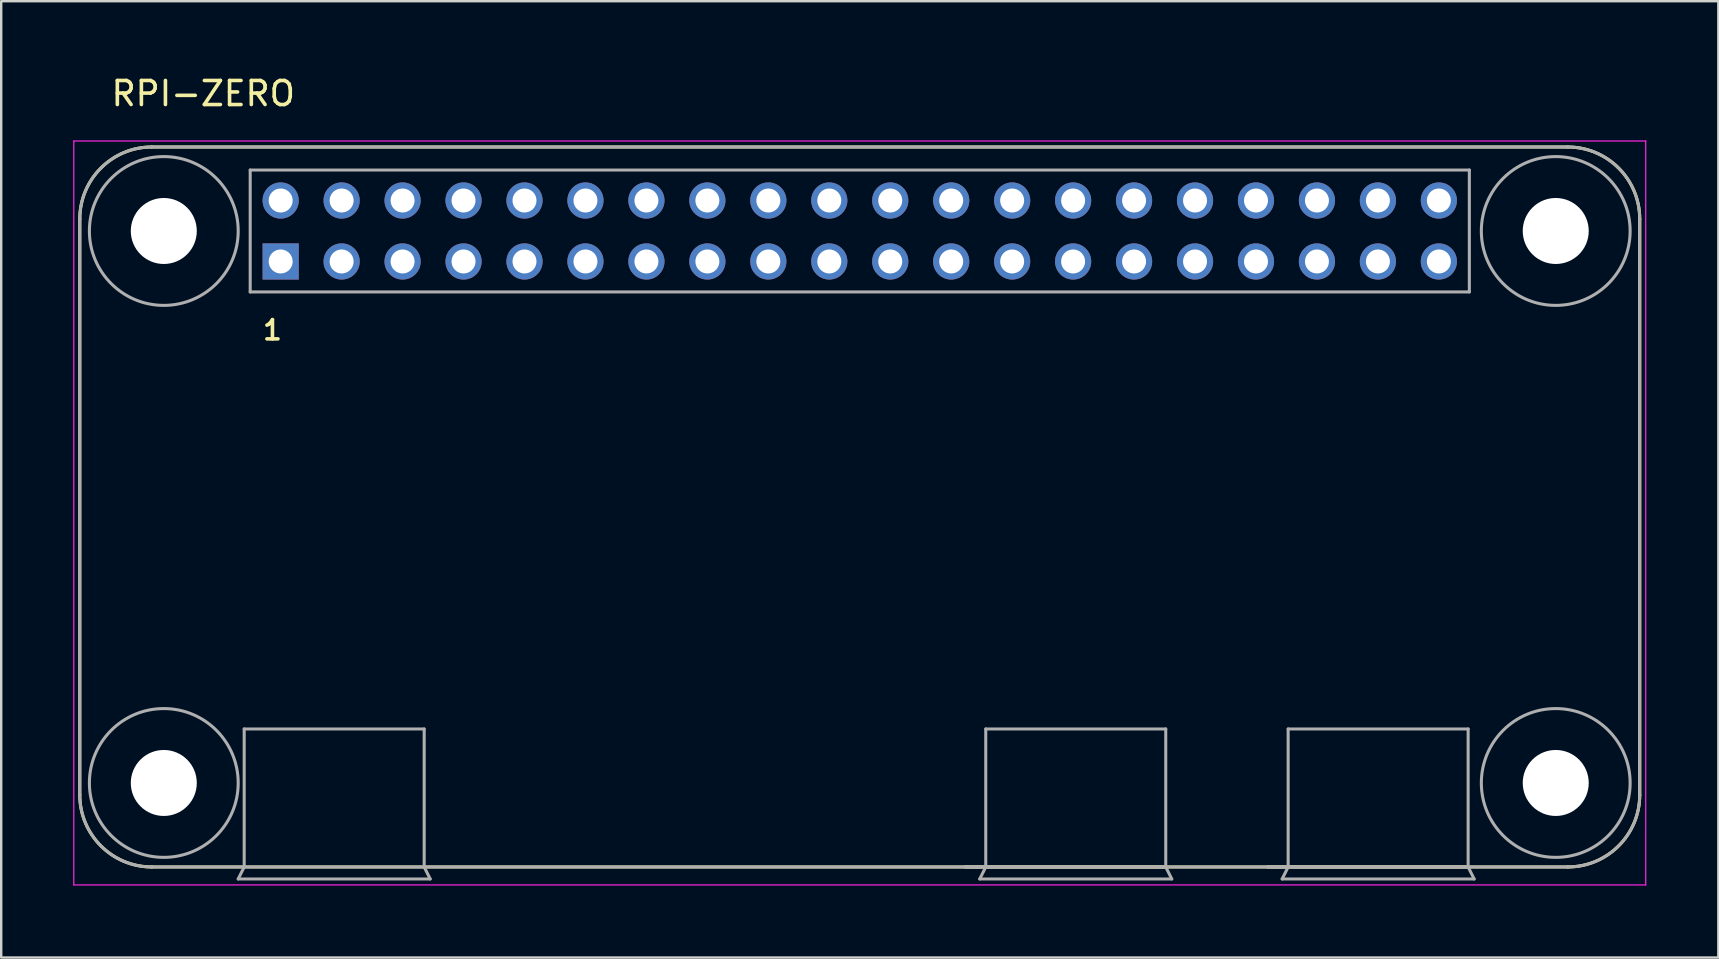
<source format=kicad_pcb>
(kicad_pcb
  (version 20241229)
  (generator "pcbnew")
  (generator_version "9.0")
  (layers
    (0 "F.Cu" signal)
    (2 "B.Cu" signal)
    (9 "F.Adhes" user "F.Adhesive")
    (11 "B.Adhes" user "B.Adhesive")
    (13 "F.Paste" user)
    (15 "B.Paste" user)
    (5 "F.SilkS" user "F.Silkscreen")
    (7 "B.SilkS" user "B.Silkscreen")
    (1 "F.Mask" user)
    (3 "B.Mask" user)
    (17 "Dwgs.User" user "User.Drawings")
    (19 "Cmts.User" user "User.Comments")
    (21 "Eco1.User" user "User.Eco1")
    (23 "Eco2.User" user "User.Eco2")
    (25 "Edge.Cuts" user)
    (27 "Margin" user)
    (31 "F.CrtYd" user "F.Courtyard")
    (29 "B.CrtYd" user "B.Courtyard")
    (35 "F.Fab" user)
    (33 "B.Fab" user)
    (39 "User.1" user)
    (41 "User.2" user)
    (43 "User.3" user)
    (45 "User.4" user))
  (footprint "RPI-ZERO"
    (layer "F.Cu")
    (at 32.775 6.575)
    (property "Reference" "RPI-ZERO" (at -27.357 -5.726 0) (layer "F.SilkS") (effects (font (size 1.002 1.002) (thickness 0.15))))
    (attr through_hole)
    (fp_line (start -32.5 -0.5) (end -32.5 23.5) (stroke (width 0.127) (type solid)) (layer "F.SilkS"))
    (fp_line (start -29.5 26.5) (end 29.5 26.5) (stroke (width 0.127) (type solid)) (layer "F.SilkS"))
    (fp_line (start 4.4 26.5) (end 12.75 26.5) (stroke (width 0.127) (type solid)) (layer "F.SilkS"))
    (fp_line (start 17 26.5) (end 25.35 26.5) (stroke (width 0.127) (type solid)) (layer "F.SilkS"))
    (fp_line (start 29.5 -3.5) (end -29.5 -3.5) (stroke (width 0.127) (type solid)) (layer "F.SilkS"))
    (fp_line (start 32.5 23.5) (end 32.5 -0.5) (stroke (width 0.127) (type solid)) (layer "F.SilkS"))
    (fp_arc (start -32.5 -0.5) (mid -31.62132 -2.62132) (end -29.5 -3.5) (stroke (width 0.127) (type solid)) (layer "F.SilkS"))
    (fp_arc (start -29.5 26.5) (mid -31.62132 25.62132) (end -32.5 23.5) (stroke (width 0.127) (type solid)) (layer "F.SilkS"))
    (fp_arc (start 29.5 -3.5) (mid 31.62132 -2.62132) (end 32.5 -0.5) (stroke (width 0.127) (type solid)) (layer "F.SilkS"))
    (fp_arc (start 32.5 23.5) (mid 31.62132 25.62132) (end 29.5 26.5) (stroke (width 0.127) (type solid)) (layer "F.SilkS"))
    (fp_line (start -32.75 -3.75) (end 32.75 -3.75) (stroke (width 0.05) (type solid)) (layer "F.CrtYd"))
    (fp_line (start -32.75 27.25) (end -32.75 -3.75) (stroke (width 0.05) (type solid)) (layer "F.CrtYd"))
    (fp_line (start 32.75 -3.75) (end 32.75 27.25) (stroke (width 0.05) (type solid)) (layer "F.CrtYd"))
    (fp_line (start 32.75 27.25) (end -32.75 27.25) (stroke (width 0.05) (type solid)) (layer "F.CrtYd"))
    (fp_line (start -32.5 -0.5) (end -32.5 23.5) (stroke (width 0.127) (type solid)) (layer "F.Fab"))
    (fp_line (start -29.5 26.5) (end -25.65 26.5) (stroke (width 0.127) (type solid)) (layer "F.Fab"))
    (fp_line (start -25.9 27) (end -17.9 27) (stroke (width 0.127) (type solid)) (layer "F.Fab"))
    (fp_line (start -25.65 20.75) (end -18.15 20.75) (stroke (width 0.127) (type solid)) (layer "F.Fab"))
    (fp_line (start -25.65 26.5) (end -25.9 27) (stroke (width 0.127) (type solid)) (layer "F.Fab"))
    (fp_line (start -25.65 26.5) (end -25.65 20.75) (stroke (width 0.127) (type solid)) (layer "F.Fab"))
    (fp_line (start -25.65 26.5) (end -18.15 26.5) (stroke (width 0.127) (type solid)) (layer "F.Fab"))
    (fp_line (start -25.4 -2.54) (end -25.4 2.54) (stroke (width 0.127) (type solid)) (layer "F.Fab"))
    (fp_line (start -25.4 2.54) (end 25.4 2.54) (stroke (width 0.127) (type solid)) (layer "F.Fab"))
    (fp_line (start -18.15 20.75) (end -18.15 26.5) (stroke (width 0.127) (type solid)) (layer "F.Fab"))
    (fp_line (start -18.15 26.5) (end 29.5 26.5) (stroke (width 0.127) (type solid)) (layer "F.Fab"))
    (fp_line (start -17.9 27) (end -18.15 26.5) (stroke (width 0.127) (type solid)) (layer "F.Fab"))
    (fp_line (start 4.4 26.5) (end 5.25 26.5) (stroke (width 0.127) (type solid)) (layer "F.Fab"))
    (fp_line (start 5 27) (end 13 27) (stroke (width 0.127) (type solid)) (layer "F.Fab"))
    (fp_line (start 5.25 20.75) (end 12.75 20.75) (stroke (width 0.127) (type solid)) (layer "F.Fab"))
    (fp_line (start 5.25 26.5) (end 5 27) (stroke (width 0.127) (type solid)) (layer "F.Fab"))
    (fp_line (start 5.25 26.5) (end 5.25 20.75) (stroke (width 0.127) (type solid)) (layer "F.Fab"))
    (fp_line (start 5.25 26.5) (end 12.75 26.5) (stroke (width 0.127) (type solid)) (layer "F.Fab"))
    (fp_line (start 12.75 20.75) (end 12.75 26.5) (stroke (width 0.127) (type solid)) (layer "F.Fab"))
    (fp_line (start 13 27) (end 12.75 26.5) (stroke (width 0.127) (type solid)) (layer "F.Fab"))
    (fp_line (start 17 26.5) (end 17.85 26.5) (stroke (width 0.127) (type solid)) (layer "F.Fab"))
    (fp_line (start 17.6 27) (end 25.6 27) (stroke (width 0.127) (type solid)) (layer "F.Fab"))
    (fp_line (start 17.85 20.75) (end 25.35 20.75) (stroke (width 0.127) (type solid)) (layer "F.Fab"))
    (fp_line (start 17.85 26.5) (end 17.6 27) (stroke (width 0.127) (type solid)) (layer "F.Fab"))
    (fp_line (start 17.85 26.5) (end 17.85 20.75) (stroke (width 0.127) (type solid)) (layer "F.Fab"))
    (fp_line (start 17.85 26.5) (end 25.35 26.5) (stroke (width 0.127) (type solid)) (layer "F.Fab"))
    (fp_line (start 25.35 20.75) (end 25.35 26.5) (stroke (width 0.127) (type solid)) (layer "F.Fab"))
    (fp_line (start 25.4 -2.54) (end -25.4 -2.54) (stroke (width 0.127) (type solid)) (layer "F.Fab"))
    (fp_line (start 25.4 2.54) (end 25.4 -2.54) (stroke (width 0.127) (type solid)) (layer "F.Fab"))
    (fp_line (start 25.6 27) (end 25.35 26.5) (stroke (width 0.127) (type solid)) (layer "F.Fab"))
    (fp_line (start 29.5 -3.5) (end -29.5 -3.5) (stroke (width 0.127) (type solid)) (layer "F.Fab"))
    (fp_line (start 32.5 23.5) (end 32.5 -0.5) (stroke (width 0.127) (type solid)) (layer "F.Fab"))
    (fp_arc (start -32.5 -0.5) (mid -31.62132 -2.62132) (end -29.5 -3.5) (stroke (width 0.127) (type solid)) (layer "F.Fab"))
    (fp_arc (start -29.5 26.5) (mid -31.62132 25.62132) (end -32.5 23.5) (stroke (width 0.127) (type solid)) (layer "F.Fab"))
    (fp_arc (start 29.5 -3.5) (mid 31.62132 -2.62132) (end 32.5 -0.5) (stroke (width 0.127) (type solid)) (layer "F.Fab"))
    (fp_arc (start 32.5 23.5) (mid 31.62132 25.62132) (end 29.5 26.5) (stroke (width 0.127) (type solid)) (layer "F.Fab"))
    (fp_circle (center -29 0) (end -25.9 0) (stroke (width 0.127) (type solid)) (fill no) (layer "F.Fab"))
    (fp_circle (center -29 23) (end -25.9 23) (stroke (width 0.127) (type solid)) (fill no) (layer "F.Fab"))
    (fp_circle (center 29 0) (end 32.1 0) (stroke (width 0.127) (type solid)) (fill no) (layer "F.Fab"))
    (fp_circle (center 29 23) (end 32.1 23) (stroke (width 0.127) (type solid)) (fill no) (layer "F.Fab"))
    (fp_text user "1" (at -24.473 4.132 0) (layer "F.SilkS") (effects (font (size 0.801 0.801) (thickness 0.15))))
    (pad "" np_thru_hole circle (at -29 0) (size 2.75 2.75) (drill 2.75) (layers "*.Cu" "*.Mask"))
    (pad "" np_thru_hole circle (at -29 23) (size 2.75 2.75) (drill 2.75) (layers "*.Cu" "*.Mask"))
    (pad "" np_thru_hole circle (at 29 0) (size 2.75 2.75) (drill 2.75) (layers "*.Cu" "*.Mask"))
    (pad "" np_thru_hole circle (at 29 23) (size 2.75 2.75) (drill 2.75) (layers "*.Cu" "*.Mask"))
    (pad "1" thru_hole rect (at -24.13 1.27) (size 1.508 1.508) (drill 1) (layers "*.Cu" "*.Mask"))
    (pad "2" thru_hole circle (at -24.13 -1.27) (size 1.508 1.508) (drill 1) (layers "*.Cu" "*.Mask"))
    (pad "3" thru_hole circle (at -21.59 1.27) (size 1.508 1.508) (drill 1) (layers "*.Cu" "*.Mask"))
    (pad "4" thru_hole circle (at -21.59 -1.27) (size 1.508 1.508) (drill 1) (layers "*.Cu" "*.Mask"))
    (pad "5" thru_hole circle (at -19.05 1.27) (size 1.508 1.508) (drill 1) (layers "*.Cu" "*.Mask"))
    (pad "6" thru_hole circle (at -19.05 -1.27) (size 1.508 1.508) (drill 1) (layers "*.Cu" "*.Mask"))
    (pad "7" thru_hole circle (at -16.51 1.27) (size 1.508 1.508) (drill 1) (layers "*.Cu" "*.Mask"))
    (pad "8" thru_hole circle (at -16.51 -1.27) (size 1.508 1.508) (drill 1) (layers "*.Cu" "*.Mask"))
    (pad "9" thru_hole circle (at -13.97 1.27) (size 1.508 1.508) (drill 1) (layers "*.Cu" "*.Mask"))
    (pad "10" thru_hole circle (at -13.97 -1.27) (size 1.508 1.508) (drill 1) (layers "*.Cu" "*.Mask"))
    (pad "11" thru_hole circle (at -11.43 1.27) (size 1.508 1.508) (drill 1) (layers "*.Cu" "*.Mask"))
    (pad "12" thru_hole circle (at -11.43 -1.27) (size 1.508 1.508) (drill 1) (layers "*.Cu" "*.Mask"))
    (pad "13" thru_hole circle (at -8.89 1.27) (size 1.508 1.508) (drill 1) (layers "*.Cu" "*.Mask"))
    (pad "14" thru_hole circle (at -8.89 -1.27) (size 1.508 1.508) (drill 1) (layers "*.Cu" "*.Mask"))
    (pad "15" thru_hole circle (at -6.35 1.27) (size 1.508 1.508) (drill 1) (layers "*.Cu" "*.Mask"))
    (pad "16" thru_hole circle (at -6.35 -1.27) (size 1.508 1.508) (drill 1) (layers "*.Cu" "*.Mask"))
    (pad "17" thru_hole circle (at -3.81 1.27) (size 1.508 1.508) (drill 1) (layers "*.Cu" "*.Mask"))
    (pad "18" thru_hole circle (at -3.81 -1.27) (size 1.508 1.508) (drill 1) (layers "*.Cu" "*.Mask"))
    (pad "19" thru_hole circle (at -1.27 1.27) (size 1.508 1.508) (drill 1) (layers "*.Cu" "*.Mask"))
    (pad "20" thru_hole circle (at -1.27 -1.27) (size 1.508 1.508) (drill 1) (layers "*.Cu" "*.Mask"))
    (pad "21" thru_hole circle (at 1.27 1.27) (size 1.508 1.508) (drill 1) (layers "*.Cu" "*.Mask"))
    (pad "22" thru_hole circle (at 1.27 -1.27) (size 1.508 1.508) (drill 1) (layers "*.Cu" "*.Mask"))
    (pad "23" thru_hole circle (at 3.81 1.27) (size 1.508 1.508) (drill 1) (layers "*.Cu" "*.Mask"))
    (pad "24" thru_hole circle (at 3.81 -1.27) (size 1.508 1.508) (drill 1) (layers "*.Cu" "*.Mask"))
    (pad "25" thru_hole circle (at 6.35 1.27) (size 1.508 1.508) (drill 1) (layers "*.Cu" "*.Mask"))
    (pad "26" thru_hole circle (at 6.35 -1.27) (size 1.508 1.508) (drill 1) (layers "*.Cu" "*.Mask"))
    (pad "27" thru_hole circle (at 8.89 1.27) (size 1.508 1.508) (drill 1) (layers "*.Cu" "*.Mask"))
    (pad "28" thru_hole circle (at 8.89 -1.27) (size 1.508 1.508) (drill 1) (layers "*.Cu" "*.Mask"))
    (pad "29" thru_hole circle (at 11.43 1.27) (size 1.508 1.508) (drill 1) (layers "*.Cu" "*.Mask"))
    (pad "30" thru_hole circle (at 11.43 -1.27) (size 1.508 1.508) (drill 1) (layers "*.Cu" "*.Mask"))
    (pad "31" thru_hole circle (at 13.97 1.27) (size 1.508 1.508) (drill 1) (layers "*.Cu" "*.Mask"))
    (pad "32" thru_hole circle (at 13.97 -1.27) (size 1.508 1.508) (drill 1) (layers "*.Cu" "*.Mask"))
    (pad "33" thru_hole circle (at 16.51 1.27) (size 1.508 1.508) (drill 1) (layers "*.Cu" "*.Mask"))
    (pad "34" thru_hole circle (at 16.51 -1.27) (size 1.508 1.508) (drill 1) (layers "*.Cu" "*.Mask"))
    (pad "35" thru_hole circle (at 19.05 1.27) (size 1.508 1.508) (drill 1) (layers "*.Cu" "*.Mask"))
    (pad "36" thru_hole circle (at 19.05 -1.27) (size 1.508 1.508) (drill 1) (layers "*.Cu" "*.Mask"))
    (pad "37" thru_hole circle (at 21.59 1.27) (size 1.508 1.508) (drill 1) (layers "*.Cu" "*.Mask"))
    (pad "38" thru_hole circle (at 21.59 -1.27) (size 1.508 1.508) (drill 1) (layers "*.Cu" "*.Mask"))
    (pad "39" thru_hole circle (at 24.13 1.27) (size 1.508 1.508) (drill 1) (layers "*.Cu" "*.Mask"))
    (pad "40" thru_hole circle (at 24.13 -1.27) (size 1.508 1.508) (drill 1) (layers "*.Cu" "*.Mask")))
  (gr_rect
    (start -3 -3)
    (end 68.55 36.85)
    (stroke (width 0.1) (type default))
    (fill no)
    (layer "Edge.Cuts")))
</source>
